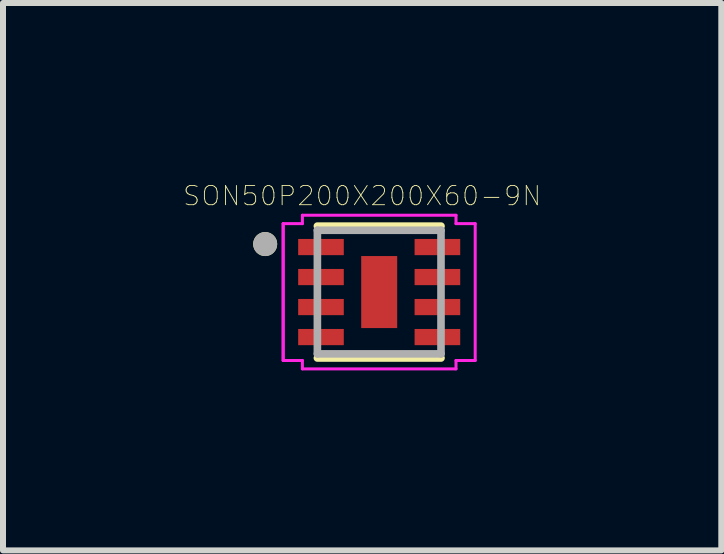
<source format=kicad_pcb>
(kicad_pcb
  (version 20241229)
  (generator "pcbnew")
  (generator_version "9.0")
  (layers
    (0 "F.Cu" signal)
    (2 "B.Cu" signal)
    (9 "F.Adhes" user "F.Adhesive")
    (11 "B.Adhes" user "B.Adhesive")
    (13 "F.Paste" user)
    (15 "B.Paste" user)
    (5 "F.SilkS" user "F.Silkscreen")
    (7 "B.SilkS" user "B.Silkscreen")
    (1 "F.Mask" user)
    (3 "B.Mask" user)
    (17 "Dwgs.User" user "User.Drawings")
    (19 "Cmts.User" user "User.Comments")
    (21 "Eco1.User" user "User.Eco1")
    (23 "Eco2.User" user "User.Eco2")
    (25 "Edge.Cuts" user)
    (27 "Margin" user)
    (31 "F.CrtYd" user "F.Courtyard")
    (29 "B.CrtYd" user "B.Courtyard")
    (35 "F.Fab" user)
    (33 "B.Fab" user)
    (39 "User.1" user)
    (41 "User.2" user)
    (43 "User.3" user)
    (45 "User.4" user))
  (footprint "SON50P200X200X60-9N"
    (layer "F.Cu")
    (at 3.269 1.817)
    (property "Reference" "SON50P200X200X60-9N" (at -0.284 -1.603 0) (layer "F.SilkS") (effects (font (size 0.32 0.32) (thickness 0.015))))
    (attr through_hole)
    (fp_line (start -1.03 -1.099) (end 1.03 -1.099) (stroke (width 0.127) (type solid)) (layer "F.SilkS"))
    (fp_line (start -1.03 1.099) (end 1.03 1.099) (stroke (width 0.127) (type solid)) (layer "F.SilkS"))
    (fp_circle (center -1.9 -0.8) (end -1.8 -0.8) (stroke (width 0.2) (type solid)) (fill no) (layer "F.SilkS"))
    (fp_poly (pts (xy -0.185 -0.485) (xy 0.185 -0.485) (xy 0.185 0.485) (xy -0.185 0.485)) (stroke (width 0.01) (type solid)) (fill yes) (layer "F.Paste"))
    (fp_line (start -1.6 -1.14) (end -1.28 -1.14) (stroke (width 0.05) (type solid)) (layer "F.CrtYd"))
    (fp_line (start -1.6 1.14) (end -1.6 -1.14) (stroke (width 0.05) (type solid)) (layer "F.CrtYd"))
    (fp_line (start -1.6 1.14) (end -1.6 -1.14) (stroke (width 0.05) (type solid)) (layer "F.CrtYd"))
    (fp_line (start -1.28 -1.28) (end 1.28 -1.28) (stroke (width 0.05) (type solid)) (layer "F.CrtYd"))
    (fp_line (start -1.28 -1.14) (end -1.28 -1.28) (stroke (width 0.05) (type solid)) (layer "F.CrtYd"))
    (fp_line (start -1.28 1.14) (end -1.6 1.14) (stroke (width 0.05) (type solid)) (layer "F.CrtYd"))
    (fp_line (start -1.28 1.28) (end -1.28 1.14) (stroke (width 0.05) (type solid)) (layer "F.CrtYd"))
    (fp_line (start 1.28 -1.28) (end 1.28 -1.14) (stroke (width 0.05) (type solid)) (layer "F.CrtYd"))
    (fp_line (start 1.28 -1.14) (end 1.6 -1.14) (stroke (width 0.05) (type solid)) (layer "F.CrtYd"))
    (fp_line (start 1.28 1.14) (end 1.28 1.28) (stroke (width 0.05) (type solid)) (layer "F.CrtYd"))
    (fp_line (start 1.28 1.28) (end -1.28 1.28) (stroke (width 0.05) (type solid)) (layer "F.CrtYd"))
    (fp_line (start 1.6 -1.14) (end 1.6 1.14) (stroke (width 0.05) (type solid)) (layer "F.CrtYd"))
    (fp_line (start 1.6 1.14) (end 1.28 1.14) (stroke (width 0.05) (type solid)) (layer "F.CrtYd"))
    (fp_line (start -1.03 -1.03) (end 1.03 -1.03) (stroke (width 0.127) (type solid)) (layer "F.Fab"))
    (fp_line (start -1.03 1.03) (end -1.03 -1.03) (stroke (width 0.127) (type solid)) (layer "F.Fab"))
    (fp_line (start 1.03 -1.03) (end 1.03 1.03) (stroke (width 0.127) (type solid)) (layer "F.Fab"))
    (fp_line (start 1.03 1.03) (end -1.03 1.03) (stroke (width 0.127) (type solid)) (layer "F.Fab"))
    (fp_circle (center -1.9 -0.8) (end -1.8 -0.8) (stroke (width 0.2) (type solid)) (fill no) (layer "F.Fab"))
    (pad "1" smd rect (at -0.97 -0.75) (size 0.76 0.27) (layers "F.Cu" "F.Mask" "F.Paste"))
    (pad "2" smd rect (at -0.97 -0.25) (size 0.76 0.27) (layers "F.Cu" "F.Mask" "F.Paste"))
    (pad "3" smd rect (at -0.97 0.25) (size 0.76 0.27) (layers "F.Cu" "F.Mask" "F.Paste"))
    (pad "4" smd rect (at -0.97 0.75) (size 0.76 0.27) (layers "F.Cu" "F.Mask" "F.Paste"))
    (pad "5" smd rect (at 0.97 0.75) (size 0.76 0.27) (layers "F.Cu" "F.Mask" "F.Paste"))
    (pad "6" smd rect (at 0.97 0.25) (size 0.76 0.27) (layers "F.Cu" "F.Mask" "F.Paste"))
    (pad "7" smd rect (at 0.97 -0.25) (size 0.76 0.27) (layers "F.Cu" "F.Mask" "F.Paste"))
    (pad "8" smd rect (at 0.97 -0.75) (size 0.76 0.27) (layers "F.Cu" "F.Mask" "F.Paste"))
    (pad "9" smd rect (at 0 0) (size 0.6 1.2) (layers "F.Cu" "F.Mask")))
  (gr_rect
    (start -3 -3)
    (end 8.97 6.122)
    (stroke (width 0.1) (type default))
    (fill no)
    (layer "Edge.Cuts")))
</source>
